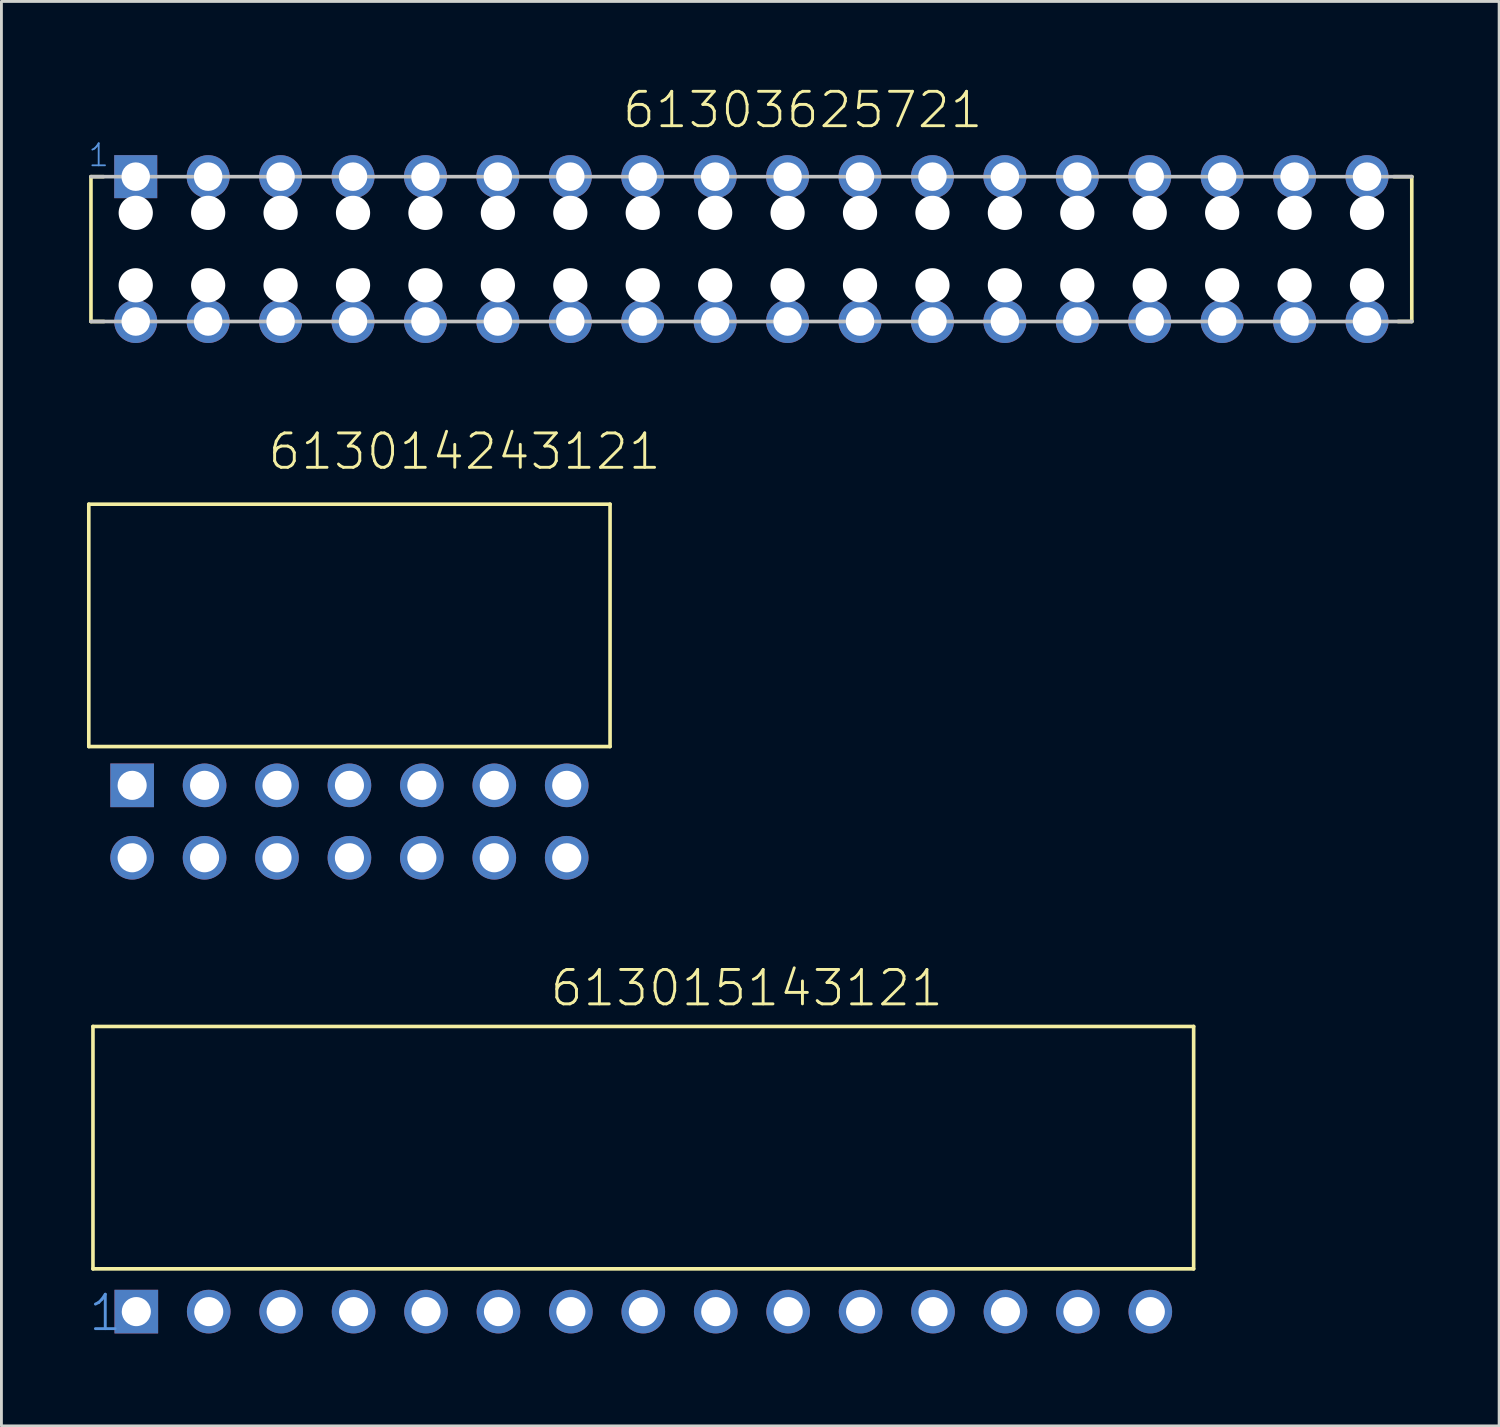
<source format=kicad_pcb>
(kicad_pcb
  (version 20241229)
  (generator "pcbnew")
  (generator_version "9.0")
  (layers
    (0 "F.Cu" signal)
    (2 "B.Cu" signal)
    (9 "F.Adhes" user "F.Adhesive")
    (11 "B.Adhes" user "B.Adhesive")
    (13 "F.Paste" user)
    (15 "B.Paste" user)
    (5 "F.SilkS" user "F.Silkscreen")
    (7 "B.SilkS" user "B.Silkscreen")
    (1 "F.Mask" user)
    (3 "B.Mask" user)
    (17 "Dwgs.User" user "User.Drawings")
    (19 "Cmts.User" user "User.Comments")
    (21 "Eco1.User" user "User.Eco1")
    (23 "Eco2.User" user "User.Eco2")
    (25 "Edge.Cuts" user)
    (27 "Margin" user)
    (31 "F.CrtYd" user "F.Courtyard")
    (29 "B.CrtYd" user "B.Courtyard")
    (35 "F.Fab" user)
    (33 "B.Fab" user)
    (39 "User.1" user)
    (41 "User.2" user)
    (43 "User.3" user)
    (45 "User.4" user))
  (footprint "61303625721"
    (layer "F.Cu")
    (at 22.03 5.685)
    (property "Reference" "61303625721" (at -3.313 -4.174 0) (layer "F.SilkS") (effects (font (size 1.206 1.206) (thickness 0.102)) (justify left bottom)))
    (attr through_hole)
    (fp_line (start -21.89 2.54) (end -21.89 -2.54) (stroke (width 0.127) (type solid)) (layer "F.SilkS"))
    (fp_line (start -21.45 -2.54) (end -21.89 -2.54) (stroke (width 0.127) (type solid)) (layer "F.SilkS"))
    (fp_line (start -21.43 2.54) (end -21.89 2.54) (stroke (width 0.127) (type solid)) (layer "F.SilkS"))
    (fp_line (start 23.8 -2.54) (end 24.43 -2.54) (stroke (width 0.127) (type solid)) (layer "F.SilkS"))
    (fp_line (start 23.95 2.54) (end 24.43 2.54) (stroke (width 0.127) (type solid)) (layer "F.SilkS"))
    (fp_line (start 24.43 -2.54) (end 24.43 2.54) (stroke (width 0.127) (type solid)) (layer "F.SilkS"))
    (fp_line (start -21.89 -2.54) (end 24.43 -2.54) (stroke (width 0.127) (type solid)) (layer "Dwgs.User"))
    (fp_line (start 24.43 2.54) (end -21.89 2.54) (stroke (width 0.127) (type solid)) (layer "Dwgs.User"))
    (fp_text user "1" (at -22.03 -2.84 0) (layer "Cmts.User") (effects (font (size 0.772 0.772) (thickness 0.065)) (justify left bottom)))
    (pad "" np_thru_hole circle (at -20.32 -1.27) (size 1.2 1.2) (drill 1.2) (layers "*.Cu"))
    (pad "" np_thru_hole circle (at -20.32 1.27) (size 1.2 1.2) (drill 1.2) (layers "*.Cu"))
    (pad "" np_thru_hole circle (at -17.78 -1.27) (size 1.2 1.2) (drill 1.2) (layers "*.Cu"))
    (pad "" np_thru_hole circle (at -17.78 1.27) (size 1.2 1.2) (drill 1.2) (layers "*.Cu"))
    (pad "" np_thru_hole circle (at -15.24 -1.27) (size 1.2 1.2) (drill 1.2) (layers "*.Cu"))
    (pad "" np_thru_hole circle (at -15.24 1.27) (size 1.2 1.2) (drill 1.2) (layers "*.Cu"))
    (pad "" np_thru_hole circle (at -12.7 -1.27) (size 1.2 1.2) (drill 1.2) (layers "*.Cu"))
    (pad "" np_thru_hole circle (at -12.7 1.27) (size 1.2 1.2) (drill 1.2) (layers "*.Cu"))
    (pad "" np_thru_hole circle (at -10.16 -1.27) (size 1.2 1.2) (drill 1.2) (layers "*.Cu"))
    (pad "" np_thru_hole circle (at -10.16 1.27) (size 1.2 1.2) (drill 1.2) (layers "*.Cu"))
    (pad "" np_thru_hole circle (at -7.62 -1.27) (size 1.2 1.2) (drill 1.2) (layers "*.Cu"))
    (pad "" np_thru_hole circle (at -7.62 1.27) (size 1.2 1.2) (drill 1.2) (layers "*.Cu"))
    (pad "" np_thru_hole circle (at -5.08 -1.27) (size 1.2 1.2) (drill 1.2) (layers "*.Cu"))
    (pad "" np_thru_hole circle (at -5.08 1.27) (size 1.2 1.2) (drill 1.2) (layers "*.Cu"))
    (pad "" np_thru_hole circle (at -2.54 -1.27) (size 1.2 1.2) (drill 1.2) (layers "*.Cu"))
    (pad "" np_thru_hole circle (at -2.54 1.27) (size 1.2 1.2) (drill 1.2) (layers "*.Cu"))
    (pad "" np_thru_hole circle (at 0 -1.27) (size 1.2 1.2) (drill 1.2) (layers "*.Cu"))
    (pad "" np_thru_hole circle (at 0 1.27) (size 1.2 1.2) (drill 1.2) (layers "*.Cu"))
    (pad "" np_thru_hole circle (at 2.54 -1.27) (size 1.2 1.2) (drill 1.2) (layers "*.Cu"))
    (pad "" np_thru_hole circle (at 2.54 1.27) (size 1.2 1.2) (drill 1.2) (layers "*.Cu"))
    (pad "" np_thru_hole circle (at 5.08 -1.27) (size 1.2 1.2) (drill 1.2) (layers "*.Cu"))
    (pad "" np_thru_hole circle (at 5.08 1.27) (size 1.2 1.2) (drill 1.2) (layers "*.Cu"))
    (pad "" np_thru_hole circle (at 7.62 -1.27) (size 1.2 1.2) (drill 1.2) (layers "*.Cu"))
    (pad "" np_thru_hole circle (at 7.62 1.27) (size 1.2 1.2) (drill 1.2) (layers "*.Cu"))
    (pad "" np_thru_hole circle (at 10.16 -1.27) (size 1.2 1.2) (drill 1.2) (layers "*.Cu"))
    (pad "" np_thru_hole circle (at 10.16 1.27) (size 1.2 1.2) (drill 1.2) (layers "*.Cu"))
    (pad "" np_thru_hole circle (at 12.7 -1.27) (size 1.2 1.2) (drill 1.2) (layers "*.Cu"))
    (pad "" np_thru_hole circle (at 12.7 1.27) (size 1.2 1.2) (drill 1.2) (layers "*.Cu"))
    (pad "" np_thru_hole circle (at 15.24 -1.27) (size 1.2 1.2) (drill 1.2) (layers "*.Cu"))
    (pad "" np_thru_hole circle (at 15.24 1.27) (size 1.2 1.2) (drill 1.2) (layers "*.Cu"))
    (pad "" np_thru_hole circle (at 17.78 -1.27) (size 1.2 1.2) (drill 1.2) (layers "*.Cu"))
    (pad "" np_thru_hole circle (at 17.78 1.27) (size 1.2 1.2) (drill 1.2) (layers "*.Cu"))
    (pad "" np_thru_hole circle (at 20.32 -1.27) (size 1.2 1.2) (drill 1.2) (layers "*.Cu"))
    (pad "" np_thru_hole circle (at 20.32 1.27) (size 1.2 1.2) (drill 1.2) (layers "*.Cu"))
    (pad "" np_thru_hole circle (at 22.86 -1.27) (size 1.2 1.2) (drill 1.2) (layers "*.Cu"))
    (pad "" np_thru_hole circle (at 22.86 1.27) (size 1.2 1.2) (drill 1.2) (layers "*.Cu"))
    (pad "1" thru_hole rect (at -20.32 -2.54) (size 1.508 1.508) (drill 1) (layers "*.Cu" "*.Mask"))
    (pad "2" thru_hole circle (at -17.78 -2.54) (size 1.508 1.508) (drill 1) (layers "*.Cu" "*.Mask"))
    (pad "3" thru_hole circle (at -15.24 -2.54) (size 1.508 1.508) (drill 1) (layers "*.Cu" "*.Mask"))
    (pad "4" thru_hole circle (at -12.7 -2.54) (size 1.508 1.508) (drill 1) (layers "*.Cu" "*.Mask"))
    (pad "5" thru_hole circle (at -10.16 -2.54) (size 1.508 1.508) (drill 1) (layers "*.Cu" "*.Mask"))
    (pad "6" thru_hole circle (at -7.62 -2.54) (size 1.508 1.508) (drill 1) (layers "*.Cu" "*.Mask"))
    (pad "7" thru_hole circle (at -5.08 -2.54) (size 1.508 1.508) (drill 1) (layers "*.Cu" "*.Mask"))
    (pad "8" thru_hole circle (at -2.54 -2.54) (size 1.508 1.508) (drill 1) (layers "*.Cu" "*.Mask"))
    (pad "9" thru_hole circle (at 0 -2.54) (size 1.508 1.508) (drill 1) (layers "*.Cu" "*.Mask"))
    (pad "10" thru_hole circle (at 2.54 -2.54) (size 1.508 1.508) (drill 1) (layers "*.Cu" "*.Mask"))
    (pad "11" thru_hole circle (at 5.08 -2.54) (size 1.508 1.508) (drill 1) (layers "*.Cu" "*.Mask"))
    (pad "12" thru_hole circle (at 7.62 -2.54) (size 1.508 1.508) (drill 1) (layers "*.Cu" "*.Mask"))
    (pad "13" thru_hole circle (at 10.16 -2.54) (size 1.508 1.508) (drill 1) (layers "*.Cu" "*.Mask"))
    (pad "14" thru_hole circle (at 12.7 -2.54) (size 1.508 1.508) (drill 1) (layers "*.Cu" "*.Mask"))
    (pad "15" thru_hole circle (at 15.24 -2.54) (size 1.508 1.508) (drill 1) (layers "*.Cu" "*.Mask"))
    (pad "16" thru_hole circle (at 17.78 -2.54) (size 1.508 1.508) (drill 1) (layers "*.Cu" "*.Mask"))
    (pad "17" thru_hole circle (at 20.32 -2.54) (size 1.508 1.508) (drill 1) (layers "*.Cu" "*.Mask"))
    (pad "18" thru_hole circle (at 22.86 -2.54) (size 1.508 1.508) (drill 1) (layers "*.Cu" "*.Mask"))
    (pad "19" thru_hole circle (at 22.86 2.54) (size 1.508 1.508) (drill 1) (layers "*.Cu" "*.Mask"))
    (pad "20" thru_hole circle (at 20.32 2.54) (size 1.508 1.508) (drill 1) (layers "*.Cu" "*.Mask"))
    (pad "21" thru_hole circle (at 17.78 2.54) (size 1.508 1.508) (drill 1) (layers "*.Cu" "*.Mask"))
    (pad "22" thru_hole circle (at 15.24 2.54) (size 1.508 1.508) (drill 1) (layers "*.Cu" "*.Mask"))
    (pad "23" thru_hole circle (at 12.7 2.54) (size 1.508 1.508) (drill 1) (layers "*.Cu" "*.Mask"))
    (pad "24" thru_hole circle (at 10.16 2.54) (size 1.508 1.508) (drill 1) (layers "*.Cu" "*.Mask"))
    (pad "25" thru_hole circle (at 7.62 2.54) (size 1.508 1.508) (drill 1) (layers "*.Cu" "*.Mask"))
    (pad "26" thru_hole circle (at 5.08 2.54) (size 1.508 1.508) (drill 1) (layers "*.Cu" "*.Mask"))
    (pad "27" thru_hole circle (at 2.54 2.54) (size 1.508 1.508) (drill 1) (layers "*.Cu" "*.Mask"))
    (pad "28" thru_hole circle (at 0 2.54) (size 1.508 1.508) (drill 1) (layers "*.Cu" "*.Mask"))
    (pad "29" thru_hole circle (at -2.54 2.54) (size 1.508 1.508) (drill 1) (layers "*.Cu" "*.Mask"))
    (pad "30" thru_hole circle (at -5.08 2.54) (size 1.508 1.508) (drill 1) (layers "*.Cu" "*.Mask"))
    (pad "31" thru_hole circle (at -7.62 2.54) (size 1.508 1.508) (drill 1) (layers "*.Cu" "*.Mask"))
    (pad "32" thru_hole circle (at -10.16 2.54) (size 1.508 1.508) (drill 1) (layers "*.Cu" "*.Mask"))
    (pad "33" thru_hole circle (at -12.7 2.54) (size 1.508 1.508) (drill 1) (layers "*.Cu" "*.Mask"))
    (pad "34" thru_hole circle (at -15.24 2.54) (size 1.508 1.508) (drill 1) (layers "*.Cu" "*.Mask"))
    (pad "35" thru_hole circle (at -17.78 2.54) (size 1.508 1.508) (drill 1) (layers "*.Cu" "*.Mask"))
    (pad "36" thru_hole circle (at -20.32 2.54) (size 1.508 1.508) (drill 1) (layers "*.Cu" "*.Mask")))
  (footprint "613014243121"
    (layer "F.Cu")
    (at 9.204 24.491)
    (property "Reference" "613014243121" (at -2.92 -11 0) (layer "F.SilkS") (effects (font (size 1.206 1.206) (thickness 0.102)) (justify left bottom)))
    (attr through_hole)
    (fp_line (start -9.14 -9.86) (end -9.14 -1.36) (stroke (width 0.127) (type solid)) (layer "F.SilkS"))
    (fp_line (start -9.14 -9.86) (end 9.14 -9.86) (stroke (width 0.127) (type solid)) (layer "F.SilkS"))
    (fp_line (start -9.14 -1.36) (end 9.14 -1.36) (stroke (width 0.127) (type solid)) (layer "F.SilkS"))
    (fp_line (start 9.14 -1.36) (end 9.14 -9.86) (stroke (width 0.127) (type solid)) (layer "F.SilkS"))
    (pad "1" thru_hole rect (at -7.62 0) (size 1.53 1.53) (drill 1.02) (layers "*.Cu" "*.Mask"))
    (pad "2" thru_hole circle (at -5.08 0) (size 1.53 1.53) (drill 1.02) (layers "*.Cu" "*.Mask"))
    (pad "3" thru_hole circle (at -2.54 0) (size 1.53 1.53) (drill 1.02) (layers "*.Cu" "*.Mask"))
    (pad "4" thru_hole circle (at 0 0) (size 1.53 1.53) (drill 1.02) (layers "*.Cu" "*.Mask"))
    (pad "5" thru_hole circle (at 2.54 0) (size 1.53 1.53) (drill 1.02) (layers "*.Cu" "*.Mask"))
    (pad "6" thru_hole circle (at 5.08 0) (size 1.53 1.53) (drill 1.02) (layers "*.Cu" "*.Mask"))
    (pad "7" thru_hole circle (at 7.62 0) (size 1.53 1.53) (drill 1.02) (layers "*.Cu" "*.Mask"))
    (pad "8" thru_hole circle (at 7.62 2.54) (size 1.53 1.53) (drill 1.02) (layers "*.Cu" "*.Mask"))
    (pad "9" thru_hole circle (at 5.08 2.54) (size 1.53 1.53) (drill 1.02) (layers "*.Cu" "*.Mask"))
    (pad "10" thru_hole circle (at 2.54 2.54) (size 1.53 1.53) (drill 1.02) (layers "*.Cu" "*.Mask"))
    (pad "11" thru_hole circle (at 0 2.54) (size 1.53 1.53) (drill 1.02) (layers "*.Cu" "*.Mask"))
    (pad "12" thru_hole circle (at -2.54 2.54) (size 1.53 1.53) (drill 1.02) (layers "*.Cu" "*.Mask"))
    (pad "13" thru_hole circle (at -5.08 2.54) (size 1.53 1.53) (drill 1.02) (layers "*.Cu" "*.Mask"))
    (pad "14" thru_hole circle (at -7.62 2.54) (size 1.53 1.53) (drill 1.02) (layers "*.Cu" "*.Mask")))
  (footprint "613015143121"
    (layer "F.Cu")
    (at 19.51 42.947)
    (property "Reference" "613015143121" (at -3.33 -10.64 0) (layer "F.SilkS") (effects (font (size 1.206 1.206) (thickness 0.102)) (justify left bottom)))
    (attr through_hole)
    (fp_line (start -19.3 -10) (end -19.3 -1.5) (stroke (width 0.127) (type solid)) (layer "F.SilkS"))
    (fp_line (start -19.3 -10) (end 19.3 -10) (stroke (width 0.127) (type solid)) (layer "F.SilkS"))
    (fp_line (start -19.3 -1.5) (end 19.3 -1.5) (stroke (width 0.127) (type solid)) (layer "F.SilkS"))
    (fp_line (start 19.3 -10) (end 19.3 -1.5) (stroke (width 0.127) (type solid)) (layer "F.SilkS"))
    (fp_text user "1" (at -19.51 0.75 0) (layer "Cmts.User") (effects (font (size 1.206 1.206) (thickness 0.102)) (justify left bottom)))
    (pad "1" thru_hole rect (at -17.78 0) (size 1.53 1.53) (drill 1.02) (layers "*.Cu" "*.Mask"))
    (pad "2" thru_hole circle (at -15.24 0) (size 1.53 1.53) (drill 1.02) (layers "*.Cu" "*.Mask"))
    (pad "3" thru_hole circle (at -12.7 0) (size 1.53 1.53) (drill 1.02) (layers "*.Cu" "*.Mask"))
    (pad "4" thru_hole circle (at -10.16 0) (size 1.53 1.53) (drill 1.02) (layers "*.Cu" "*.Mask"))
    (pad "5" thru_hole circle (at -7.62 0) (size 1.53 1.53) (drill 1.02) (layers "*.Cu" "*.Mask"))
    (pad "6" thru_hole circle (at -5.08 0) (size 1.53 1.53) (drill 1.02) (layers "*.Cu" "*.Mask"))
    (pad "7" thru_hole circle (at -2.54 0) (size 1.53 1.53) (drill 1.02) (layers "*.Cu" "*.Mask"))
    (pad "8" thru_hole circle (at 0 0) (size 1.53 1.53) (drill 1.02) (layers "*.Cu" "*.Mask"))
    (pad "9" thru_hole circle (at 2.54 0) (size 1.53 1.53) (drill 1.02) (layers "*.Cu" "*.Mask"))
    (pad "10" thru_hole circle (at 5.08 0) (size 1.53 1.53) (drill 1.02) (layers "*.Cu" "*.Mask"))
    (pad "11" thru_hole circle (at 7.62 0) (size 1.53 1.53) (drill 1.02) (layers "*.Cu" "*.Mask"))
    (pad "12" thru_hole circle (at 10.16 0) (size 1.53 1.53) (drill 1.02) (layers "*.Cu" "*.Mask"))
    (pad "13" thru_hole circle (at 12.7 0) (size 1.53 1.53) (drill 1.02) (layers "*.Cu" "*.Mask"))
    (pad "14" thru_hole circle (at 15.24 0) (size 1.53 1.53) (drill 1.02) (layers "*.Cu" "*.Mask"))
    (pad "15" thru_hole circle (at 17.78 0) (size 1.53 1.53) (drill 1.02) (layers "*.Cu" "*.Mask")))
  (gr_rect
    (start -3 -3)
    (end 49.523 46.954)
    (stroke (width 0.1) (type default))
    (fill no)
    (layer "Edge.Cuts")))
</source>
